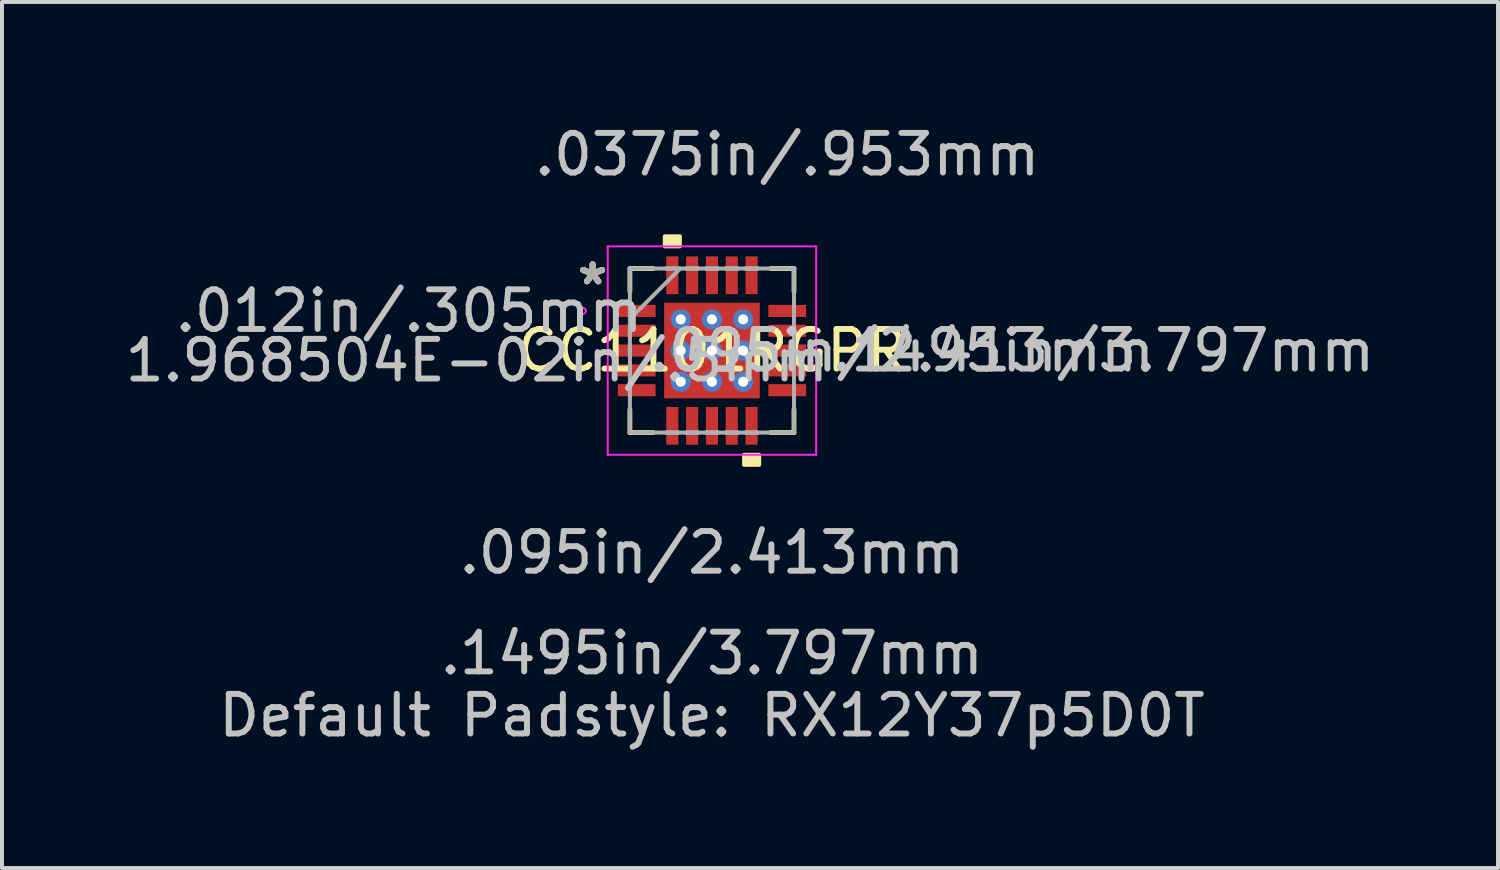
<source format=kicad_pcb>
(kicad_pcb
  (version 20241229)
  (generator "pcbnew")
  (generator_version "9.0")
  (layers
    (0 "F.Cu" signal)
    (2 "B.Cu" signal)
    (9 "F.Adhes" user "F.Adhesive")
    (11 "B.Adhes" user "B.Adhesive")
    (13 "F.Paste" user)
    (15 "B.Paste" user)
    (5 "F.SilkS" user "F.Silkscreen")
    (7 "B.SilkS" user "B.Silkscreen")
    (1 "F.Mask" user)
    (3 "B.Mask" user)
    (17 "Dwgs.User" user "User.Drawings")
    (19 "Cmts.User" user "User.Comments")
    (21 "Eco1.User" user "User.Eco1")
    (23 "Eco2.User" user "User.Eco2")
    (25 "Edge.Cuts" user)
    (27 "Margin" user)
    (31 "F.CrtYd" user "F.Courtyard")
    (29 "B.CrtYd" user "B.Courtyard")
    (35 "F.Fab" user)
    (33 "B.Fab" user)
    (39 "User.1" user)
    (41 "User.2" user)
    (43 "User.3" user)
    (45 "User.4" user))
  (footprint "CC1101RGPR"
    (layer "F.Cu")
    (at 14.913 5.795)
    (property "Reference" "CC1101RGPR" (at 0 0 0) (layer "F.SilkS") (effects (font (size 1 1) (thickness 0.15))))
    (attr through_hole)
    (fp_poly (pts (xy -1.27 -1.27) (xy -0.987 -1.27) (xy -0.987 1.27) (xy -1.27 1.27)) (stroke (width 0.1) (type solid)) (fill yes) (layer "F.Mask"))
    (fp_poly (pts (xy -1.27 -1.27) (xy 1.27 -1.27) (xy 1.27 -0.987) (xy -1.27 -0.987)) (stroke (width 0.1) (type solid)) (fill yes) (layer "F.Mask"))
    (fp_poly (pts (xy -1.27 -0.587) (xy 1.27 -0.587) (xy 1.27 -0.2) (xy -1.27 -0.2)) (stroke (width 0.1) (type solid)) (fill yes) (layer "F.Mask"))
    (fp_poly (pts (xy -1.27 0.2) (xy 1.27 0.2) (xy 1.27 0.587) (xy -1.27 0.587)) (stroke (width 0.1) (type solid)) (fill yes) (layer "F.Mask"))
    (fp_poly (pts (xy -1.27 0.987) (xy 1.27 0.987) (xy 1.27 1.27) (xy -1.27 1.27)) (stroke (width 0.1) (type solid)) (fill yes) (layer "F.Mask"))
    (fp_poly (pts (xy -0.2 -1.27) (xy -0.587 -1.27) (xy -0.587 1.27) (xy -0.2 1.27)) (stroke (width 0.1) (type solid)) (fill yes) (layer "F.Mask"))
    (fp_poly (pts (xy 0.587 -1.27) (xy 0.2 -1.27) (xy 0.2 1.27) (xy 0.587 1.27)) (stroke (width 0.1) (type solid)) (fill yes) (layer "F.Mask"))
    (fp_poly (pts (xy 0.987 -1.27) (xy 1.27 -1.27) (xy 1.27 1.27) (xy 0.987 1.27)) (stroke (width 0.1) (type solid)) (fill yes) (layer "F.Mask"))
    (fp_line (start -2.07 -2.07) (end -2.07 -1.485) (stroke (width 0.12) (type solid)) (layer "F.SilkS"))
    (fp_line (start -2.07 1.485) (end -2.07 2.07) (stroke (width 0.12) (type solid)) (layer "F.SilkS"))
    (fp_line (start -2.07 2.07) (end -1.485 2.07) (stroke (width 0.12) (type solid)) (layer "F.SilkS"))
    (fp_line (start -1.485 -2.07) (end -2.07 -2.07) (stroke (width 0.12) (type solid)) (layer "F.SilkS"))
    (fp_line (start 1.485 2.07) (end 2.07 2.07) (stroke (width 0.12) (type solid)) (layer "F.SilkS"))
    (fp_line (start 2.07 -2.07) (end 1.485 -2.07) (stroke (width 0.12) (type solid)) (layer "F.SilkS"))
    (fp_line (start 2.07 -1.485) (end 2.07 -2.07) (stroke (width 0.12) (type solid)) (layer "F.SilkS"))
    (fp_line (start 2.07 2.07) (end 2.07 1.485) (stroke (width 0.12) (type solid)) (layer "F.SilkS"))
    (fp_poly (pts (xy -1.191 -2.629) (xy -1.191 -2.883) (xy -0.81 -2.883) (xy -0.81 -2.629)) (stroke (width 0.1) (type solid)) (fill yes) (layer "F.SilkS"))
    (fp_poly (pts (xy 0.81 2.629) (xy 0.81 2.883) (xy 1.191 2.883) (xy 1.191 2.629)) (stroke (width 0.1) (type solid)) (fill yes) (layer "F.SilkS"))
    (fp_poly (pts (xy -1.132 -1.132) (xy -1.132 -0.887) (xy -1.029 -0.887) (xy -0.887 -1.029) (xy -0.887 -1.132)) (stroke (width 0.1) (type solid)) (fill yes) (layer "F.Paste"))
    (fp_poly (pts (xy -1.132 0.887) (xy -1.132 1.132) (xy -0.887 1.132) (xy -0.887 1.029) (xy -1.029 0.887)) (stroke (width 0.1) (type solid)) (fill yes) (layer "F.Paste"))
    (fp_poly (pts (xy 0.887 -1.132) (xy 0.887 -1.029) (xy 1.029 -0.887) (xy 1.132 -0.887) (xy 1.132 -1.132)) (stroke (width 0.1) (type solid)) (fill yes) (layer "F.Paste"))
    (fp_poly (pts (xy 1.029 0.887) (xy 0.887 1.029) (xy 0.887 1.132) (xy 1.132 1.132) (xy 1.132 0.887)) (stroke (width 0.1) (type solid)) (fill yes) (layer "F.Paste"))
    (fp_poly (pts (xy -1.132 -0.687) (xy -1.132 -0.1) (xy -1.029 -0.1) (xy -0.887 -0.241) (xy -0.887 -0.546) (xy -1.029 -0.687)) (stroke (width 0.1) (type solid)) (fill yes) (layer "F.Paste"))
    (fp_poly (pts (xy -1.132 0.1) (xy -1.132 0.687) (xy -1.029 0.687) (xy -0.887 0.546) (xy -0.887 0.241) (xy -1.029 0.1)) (stroke (width 0.1) (type solid)) (fill yes) (layer "F.Paste"))
    (fp_poly (pts (xy -0.687 -1.132) (xy -0.687 -1.029) (xy -0.546 -0.887) (xy -0.241 -0.887) (xy -0.1 -1.029) (xy -0.1 -1.132)) (stroke (width 0.1) (type solid)) (fill yes) (layer "F.Paste"))
    (fp_poly (pts (xy -0.546 0.887) (xy -0.687 1.029) (xy -0.687 1.132) (xy -0.1 1.132) (xy -0.1 1.029) (xy -0.241 0.887)) (stroke (width 0.1) (type solid)) (fill yes) (layer "F.Paste"))
    (fp_poly (pts (xy 0.1 -1.132) (xy 0.1 -1.029) (xy 0.241 -0.887) (xy 0.546 -0.887) (xy 0.687 -1.029) (xy 0.687 -1.132)) (stroke (width 0.1) (type solid)) (fill yes) (layer "F.Paste"))
    (fp_poly (pts (xy 0.241 0.887) (xy 0.1 1.029) (xy 0.1 1.132) (xy 0.687 1.132) (xy 0.687 1.029) (xy 0.546 0.887)) (stroke (width 0.1) (type solid)) (fill yes) (layer "F.Paste"))
    (fp_poly (pts (xy 1.029 -0.687) (xy 0.887 -0.546) (xy 0.887 -0.241) (xy 1.029 -0.1) (xy 1.132 -0.1) (xy 1.132 -0.687)) (stroke (width 0.1) (type solid)) (fill yes) (layer "F.Paste"))
    (fp_poly (pts (xy 1.029 0.1) (xy 0.887 0.241) (xy 0.887 0.546) (xy 1.029 0.687) (xy 1.132 0.687) (xy 1.132 0.1)) (stroke (width 0.1) (type solid)) (fill yes) (layer "F.Paste"))
    (fp_poly (pts (xy -0.546 -0.687) (xy -0.687 -0.546) (xy -0.687 -0.241) (xy -0.546 -0.1) (xy -0.241 -0.1) (xy -0.1 -0.241) (xy -0.1 -0.546) (xy -0.241 -0.687)) (stroke (width 0.1) (type solid)) (fill yes) (layer "F.Paste"))
    (fp_poly (pts (xy -0.546 0.1) (xy -0.687 0.241) (xy -0.687 0.546) (xy -0.546 0.687) (xy -0.241 0.687) (xy -0.1 0.546) (xy -0.1 0.241) (xy -0.241 0.1)) (stroke (width 0.1) (type solid)) (fill yes) (layer "F.Paste"))
    (fp_poly (pts (xy 0.241 -0.687) (xy 0.1 -0.546) (xy 0.1 -0.241) (xy 0.241 -0.1) (xy 0.546 -0.1) (xy 0.687 -0.241) (xy 0.687 -0.546) (xy 0.546 -0.687)) (stroke (width 0.1) (type solid)) (fill yes) (layer "F.Paste"))
    (fp_poly (pts (xy 0.241 0.1) (xy 0.1 0.241) (xy 0.1 0.546) (xy 0.241 0.687) (xy 0.546 0.687) (xy 0.687 0.546) (xy 0.687 0.241) (xy 0.546 0.1)) (stroke (width 0.1) (type solid)) (fill yes) (layer "F.Paste"))
    (fp_line (start -2.629 -2.629) (end 2.629 -2.629) (stroke (width 0.05) (type solid)) (layer "F.CrtYd"))
    (fp_line (start -2.629 2.629) (end -2.629 -2.629) (stroke (width 0.05) (type solid)) (layer "F.CrtYd"))
    (fp_line (start 2.629 -2.629) (end 2.629 2.629) (stroke (width 0.05) (type solid)) (layer "F.CrtYd"))
    (fp_line (start 2.629 2.629) (end -2.629 2.629) (stroke (width 0.05) (type solid)) (layer "F.CrtYd"))
    (fp_circle (center -3.258 -1) (end -3.181 -1) (stroke (width 0.05) (type solid)) (fill no) (layer "F.CrtYd"))
    (fp_line (start -2.07 -2.07) (end -2.07 -2.07) (stroke (width 0.1) (type solid)) (layer "F.Fab"))
    (fp_line (start -2.07 -2.07) (end -2.07 2.07) (stroke (width 0.1) (type solid)) (layer "F.Fab"))
    (fp_line (start -2.07 -1.152) (end -2.07 -1.152) (stroke (width 0.1) (type solid)) (layer "F.Fab"))
    (fp_line (start -2.07 -1.152) (end -2.07 -0.848) (stroke (width 0.1) (type solid)) (layer "F.Fab"))
    (fp_line (start -2.07 -0.848) (end -2.07 -1.152) (stroke (width 0.1) (type solid)) (layer "F.Fab"))
    (fp_line (start -2.07 -0.848) (end -2.07 -0.848) (stroke (width 0.1) (type solid)) (layer "F.Fab"))
    (fp_line (start -2.07 -0.8) (end -0.8 -2.07) (stroke (width 0.1) (type solid)) (layer "F.Fab"))
    (fp_line (start -2.07 -0.652) (end -2.07 -0.652) (stroke (width 0.1) (type solid)) (layer "F.Fab"))
    (fp_line (start -2.07 -0.652) (end -2.07 -0.348) (stroke (width 0.1) (type solid)) (layer "F.Fab"))
    (fp_line (start -2.07 -0.348) (end -2.07 -0.652) (stroke (width 0.1) (type solid)) (layer "F.Fab"))
    (fp_line (start -2.07 -0.348) (end -2.07 -0.348) (stroke (width 0.1) (type solid)) (layer "F.Fab"))
    (fp_line (start -2.07 -0.152) (end -2.07 -0.152) (stroke (width 0.1) (type solid)) (layer "F.Fab"))
    (fp_line (start -2.07 -0.152) (end -2.07 0.152) (stroke (width 0.1) (type solid)) (layer "F.Fab"))
    (fp_line (start -2.07 0.152) (end -2.07 -0.152) (stroke (width 0.1) (type solid)) (layer "F.Fab"))
    (fp_line (start -2.07 0.152) (end -2.07 0.152) (stroke (width 0.1) (type solid)) (layer "F.Fab"))
    (fp_line (start -2.07 0.348) (end -2.07 0.348) (stroke (width 0.1) (type solid)) (layer "F.Fab"))
    (fp_line (start -2.07 0.348) (end -2.07 0.652) (stroke (width 0.1) (type solid)) (layer "F.Fab"))
    (fp_line (start -2.07 0.652) (end -2.07 0.348) (stroke (width 0.1) (type solid)) (layer "F.Fab"))
    (fp_line (start -2.07 0.652) (end -2.07 0.652) (stroke (width 0.1) (type solid)) (layer "F.Fab"))
    (fp_line (start -2.07 0.848) (end -2.07 0.848) (stroke (width 0.1) (type solid)) (layer "F.Fab"))
    (fp_line (start -2.07 0.848) (end -2.07 1.152) (stroke (width 0.1) (type solid)) (layer "F.Fab"))
    (fp_line (start -2.07 1.152) (end -2.07 0.848) (stroke (width 0.1) (type solid)) (layer "F.Fab"))
    (fp_line (start -2.07 1.152) (end -2.07 1.152) (stroke (width 0.1) (type solid)) (layer "F.Fab"))
    (fp_line (start -2.07 2.07) (end -2.07 2.07) (stroke (width 0.1) (type solid)) (layer "F.Fab"))
    (fp_line (start -2.07 2.07) (end 2.07 2.07) (stroke (width 0.1) (type solid)) (layer "F.Fab"))
    (fp_line (start -1.152 -2.07) (end -1.152 -2.07) (stroke (width 0.1) (type solid)) (layer "F.Fab"))
    (fp_line (start -1.152 -2.07) (end -0.848 -2.07) (stroke (width 0.1) (type solid)) (layer "F.Fab"))
    (fp_line (start -1.152 2.07) (end -1.152 2.07) (stroke (width 0.1) (type solid)) (layer "F.Fab"))
    (fp_line (start -1.152 2.07) (end -0.848 2.07) (stroke (width 0.1) (type solid)) (layer "F.Fab"))
    (fp_line (start -0.848 -2.07) (end -1.152 -2.07) (stroke (width 0.1) (type solid)) (layer "F.Fab"))
    (fp_line (start -0.848 -2.07) (end -0.848 -2.07) (stroke (width 0.1) (type solid)) (layer "F.Fab"))
    (fp_line (start -0.848 2.07) (end -1.152 2.07) (stroke (width 0.1) (type solid)) (layer "F.Fab"))
    (fp_line (start -0.848 2.07) (end -0.848 2.07) (stroke (width 0.1) (type solid)) (layer "F.Fab"))
    (fp_line (start -0.652 -2.07) (end -0.652 -2.07) (stroke (width 0.1) (type solid)) (layer "F.Fab"))
    (fp_line (start -0.652 -2.07) (end -0.348 -2.07) (stroke (width 0.1) (type solid)) (layer "F.Fab"))
    (fp_line (start -0.652 2.07) (end -0.652 2.07) (stroke (width 0.1) (type solid)) (layer "F.Fab"))
    (fp_line (start -0.652 2.07) (end -0.348 2.07) (stroke (width 0.1) (type solid)) (layer "F.Fab"))
    (fp_line (start -0.348 -2.07) (end -0.652 -2.07) (stroke (width 0.1) (type solid)) (layer "F.Fab"))
    (fp_line (start -0.348 -2.07) (end -0.348 -2.07) (stroke (width 0.1) (type solid)) (layer "F.Fab"))
    (fp_line (start -0.348 2.07) (end -0.652 2.07) (stroke (width 0.1) (type solid)) (layer "F.Fab"))
    (fp_line (start -0.348 2.07) (end -0.348 2.07) (stroke (width 0.1) (type solid)) (layer "F.Fab"))
    (fp_line (start -0.152 -2.07) (end -0.152 -2.07) (stroke (width 0.1) (type solid)) (layer "F.Fab"))
    (fp_line (start -0.152 -2.07) (end 0.152 -2.07) (stroke (width 0.1) (type solid)) (layer "F.Fab"))
    (fp_line (start -0.152 2.07) (end -0.152 2.07) (stroke (width 0.1) (type solid)) (layer "F.Fab"))
    (fp_line (start -0.152 2.07) (end 0.152 2.07) (stroke (width 0.1) (type solid)) (layer "F.Fab"))
    (fp_line (start 0.152 -2.07) (end -0.152 -2.07) (stroke (width 0.1) (type solid)) (layer "F.Fab"))
    (fp_line (start 0.152 -2.07) (end 0.152 -2.07) (stroke (width 0.1) (type solid)) (layer "F.Fab"))
    (fp_line (start 0.152 2.07) (end -0.152 2.07) (stroke (width 0.1) (type solid)) (layer "F.Fab"))
    (fp_line (start 0.152 2.07) (end 0.152 2.07) (stroke (width 0.1) (type solid)) (layer "F.Fab"))
    (fp_line (start 0.348 -2.07) (end 0.348 -2.07) (stroke (width 0.1) (type solid)) (layer "F.Fab"))
    (fp_line (start 0.348 -2.07) (end 0.652 -2.07) (stroke (width 0.1) (type solid)) (layer "F.Fab"))
    (fp_line (start 0.348 2.07) (end 0.348 2.07) (stroke (width 0.1) (type solid)) (layer "F.Fab"))
    (fp_line (start 0.348 2.07) (end 0.652 2.07) (stroke (width 0.1) (type solid)) (layer "F.Fab"))
    (fp_line (start 0.652 -2.07) (end 0.348 -2.07) (stroke (width 0.1) (type solid)) (layer "F.Fab"))
    (fp_line (start 0.652 -2.07) (end 0.652 -2.07) (stroke (width 0.1) (type solid)) (layer "F.Fab"))
    (fp_line (start 0.652 2.07) (end 0.348 2.07) (stroke (width 0.1) (type solid)) (layer "F.Fab"))
    (fp_line (start 0.652 2.07) (end 0.652 2.07) (stroke (width 0.1) (type solid)) (layer "F.Fab"))
    (fp_line (start 0.848 -2.07) (end 0.848 -2.07) (stroke (width 0.1) (type solid)) (layer "F.Fab"))
    (fp_line (start 0.848 -2.07) (end 1.152 -2.07) (stroke (width 0.1) (type solid)) (layer "F.Fab"))
    (fp_line (start 0.848 2.07) (end 0.848 2.07) (stroke (width 0.1) (type solid)) (layer "F.Fab"))
    (fp_line (start 0.848 2.07) (end 1.152 2.07) (stroke (width 0.1) (type solid)) (layer "F.Fab"))
    (fp_line (start 1.152 -2.07) (end 0.848 -2.07) (stroke (width 0.1) (type solid)) (layer "F.Fab"))
    (fp_line (start 1.152 -2.07) (end 1.152 -2.07) (stroke (width 0.1) (type solid)) (layer "F.Fab"))
    (fp_line (start 1.152 2.07) (end 0.848 2.07) (stroke (width 0.1) (type solid)) (layer "F.Fab"))
    (fp_line (start 1.152 2.07) (end 1.152 2.07) (stroke (width 0.1) (type solid)) (layer "F.Fab"))
    (fp_line (start 2.07 -2.07) (end -2.07 -2.07) (stroke (width 0.1) (type solid)) (layer "F.Fab"))
    (fp_line (start 2.07 -2.07) (end 2.07 -2.07) (stroke (width 0.1) (type solid)) (layer "F.Fab"))
    (fp_line (start 2.07 -1.152) (end 2.07 -1.152) (stroke (width 0.1) (type solid)) (layer "F.Fab"))
    (fp_line (start 2.07 -1.152) (end 2.07 -0.848) (stroke (width 0.1) (type solid)) (layer "F.Fab"))
    (fp_line (start 2.07 -0.848) (end 2.07 -1.152) (stroke (width 0.1) (type solid)) (layer "F.Fab"))
    (fp_line (start 2.07 -0.848) (end 2.07 -0.848) (stroke (width 0.1) (type solid)) (layer "F.Fab"))
    (fp_line (start 2.07 -0.652) (end 2.07 -0.652) (stroke (width 0.1) (type solid)) (layer "F.Fab"))
    (fp_line (start 2.07 -0.652) (end 2.07 -0.348) (stroke (width 0.1) (type solid)) (layer "F.Fab"))
    (fp_line (start 2.07 -0.348) (end 2.07 -0.652) (stroke (width 0.1) (type solid)) (layer "F.Fab"))
    (fp_line (start 2.07 -0.348) (end 2.07 -0.348) (stroke (width 0.1) (type solid)) (layer "F.Fab"))
    (fp_line (start 2.07 -0.152) (end 2.07 -0.152) (stroke (width 0.1) (type solid)) (layer "F.Fab"))
    (fp_line (start 2.07 -0.152) (end 2.07 0.152) (stroke (width 0.1) (type solid)) (layer "F.Fab"))
    (fp_line (start 2.07 0.152) (end 2.07 -0.152) (stroke (width 0.1) (type solid)) (layer "F.Fab"))
    (fp_line (start 2.07 0.152) (end 2.07 0.152) (stroke (width 0.1) (type solid)) (layer "F.Fab"))
    (fp_line (start 2.07 0.348) (end 2.07 0.348) (stroke (width 0.1) (type solid)) (layer "F.Fab"))
    (fp_line (start 2.07 0.348) (end 2.07 0.652) (stroke (width 0.1) (type solid)) (layer "F.Fab"))
    (fp_line (start 2.07 0.652) (end 2.07 0.348) (stroke (width 0.1) (type solid)) (layer "F.Fab"))
    (fp_line (start 2.07 0.652) (end 2.07 0.652) (stroke (width 0.1) (type solid)) (layer "F.Fab"))
    (fp_line (start 2.07 0.848) (end 2.07 0.848) (stroke (width 0.1) (type solid)) (layer "F.Fab"))
    (fp_line (start 2.07 0.848) (end 2.07 1.152) (stroke (width 0.1) (type solid)) (layer "F.Fab"))
    (fp_line (start 2.07 1.152) (end 2.07 0.848) (stroke (width 0.1) (type solid)) (layer "F.Fab"))
    (fp_line (start 2.07 1.152) (end 2.07 1.152) (stroke (width 0.1) (type solid)) (layer "F.Fab"))
    (fp_line (start 2.07 2.07) (end 2.07 -2.07) (stroke (width 0.1) (type solid)) (layer "F.Fab"))
    (fp_line (start 2.07 2.07) (end 2.07 2.07) (stroke (width 0.1) (type solid)) (layer "F.Fab"))
    (fp_text user "*" (at -3.01 -1.631 0) (layer "F.SilkS") (effects (font (size 1 1) (thickness 0.15))))
    (fp_text user "*" (at -3.01 -1.631 0) (layer "F.SilkS") (effects (font (size 1 1) (thickness 0.15))))
    (fp_text user ".1495in/3.797mm" (at 0 7.639 0) (layer "Dwgs.User") (effects (font (size 1 1) (thickness 0.15))))
    (fp_text user ".0375in/.953mm" (at 1.899 -4.947 0) (layer "Dwgs.User") (effects (font (size 1 1) (thickness 0.15))))
    (fp_text user "1.968504E-02in/.5mm" (at -5.931 0.25 0) (layer "Dwgs.User") (effects (font (size 1 1) (thickness 0.15))))
    (fp_text user ".1495in/3.797mm" (at 9.874 0 0) (layer "Dwgs.User") (effects (font (size 1 1) (thickness 0.15))))
    (fp_text user ".012in/.305mm" (at -7.639 -1 0) (layer "Dwgs.User") (effects (font (size 1 1) (thickness 0.15))))
    (fp_text user ".095in/2.413mm" (at 0 5.099 0) (layer "Dwgs.User") (effects (font (size 1 1) (thickness 0.15))))
    (fp_text user ".095in/2.413mm" (at 4.794 0 0) (layer "Dwgs.User") (effects (font (size 1 1) (thickness 0.15))))
    (fp_text user "Default Padstyle: RX12Y37p5D0T" (at 0 9.207 0) (layer "Dwgs.User") (effects (font (size 1 1) (thickness 0.15))))
    (fp_text user "Copyright 2021 Accelerated Designs. All rights reserved." (at 0 0 0) (layer "Cmts.User") (effects (font (size 0.127 0.127) (thickness 0.002))))
    (fp_text user "*" (at -3.01 -1.631 0) (layer "F.Fab") (effects (font (size 1 1) (thickness 0.15))))
    (fp_text user "*" (at -3.01 -1.631 0) (layer "F.Fab") (effects (font (size 1 1) (thickness 0.15))))
    (pad "1" smd rect (at -1.899 -1 90) (size 0.305 0.953) (layers "F.Cu" "F.Mask" "F.Paste"))
    (pad "2" smd rect (at -1.899 -0.5 90) (size 0.305 0.953) (layers "F.Cu" "F.Mask" "F.Paste"))
    (pad "3" smd rect (at -1.899 0 90) (size 0.305 0.953) (layers "F.Cu" "F.Mask" "F.Paste"))
    (pad "4" smd rect (at -1.899 0.5 90) (size 0.305 0.953) (layers "F.Cu" "F.Mask" "F.Paste"))
    (pad "5" smd rect (at -1.899 1 90) (size 0.305 0.953) (layers "F.Cu" "F.Mask" "F.Paste"))
    (pad "6" smd rect (at -1 1.899) (size 0.305 0.953) (layers "F.Cu" "F.Mask" "F.Paste"))
    (pad "7" smd rect (at -0.5 1.899) (size 0.305 0.953) (layers "F.Cu" "F.Mask" "F.Paste"))
    (pad "8" smd rect (at 0 1.899) (size 0.305 0.953) (layers "F.Cu" "F.Mask" "F.Paste"))
    (pad "9" smd rect (at 0.5 1.899) (size 0.305 0.953) (layers "F.Cu" "F.Mask" "F.Paste"))
    (pad "10" smd rect (at 1 1.899) (size 0.305 0.953) (layers "F.Cu" "F.Mask" "F.Paste"))
    (pad "11" smd rect (at 1.899 1 90) (size 0.305 0.953) (layers "F.Cu" "F.Mask" "F.Paste"))
    (pad "12" smd rect (at 1.899 0.5 90) (size 0.305 0.953) (layers "F.Cu" "F.Mask" "F.Paste"))
    (pad "13" smd rect (at 1.899 0 90) (size 0.305 0.953) (layers "F.Cu" "F.Mask" "F.Paste"))
    (pad "14" smd rect (at 1.899 -0.5 90) (size 0.305 0.953) (layers "F.Cu" "F.Mask" "F.Paste"))
    (pad "15" smd rect (at 1.899 -1 90) (size 0.305 0.953) (layers "F.Cu" "F.Mask" "F.Paste"))
    (pad "16" smd rect (at 1 -1.899) (size 0.305 0.953) (layers "F.Cu" "F.Mask" "F.Paste"))
    (pad "17" smd rect (at 0.5 -1.899) (size 0.305 0.953) (layers "F.Cu" "F.Mask" "F.Paste"))
    (pad "18" smd rect (at 0 -1.899) (size 0.305 0.953) (layers "F.Cu" "F.Mask" "F.Paste"))
    (pad "19" smd rect (at -0.5 -1.899) (size 0.305 0.953) (layers "F.Cu" "F.Mask" "F.Paste"))
    (pad "20" smd rect (at -1 -1.899) (size 0.305 0.953) (layers "F.Cu" "F.Mask" "F.Paste"))
    (pad "21" smd rect (at 0 0) (size 2.413 2.413) (layers "F.Cu" "F.Mask" "F.Paste"))
    (pad "V" thru_hole circle (at -0.787 -0.787) (size 0.508 0.508) (drill 0.254) (layers "*.Cu" "*.Mask"))
    (pad "V" thru_hole circle (at -0.787 0) (size 0.508 0.508) (drill 0.254) (layers "*.Cu" "*.Mask"))
    (pad "V" thru_hole circle (at -0.787 0.787) (size 0.508 0.508) (drill 0.254) (layers "*.Cu" "*.Mask"))
    (pad "V" thru_hole circle (at 0 -0.787) (size 0.508 0.508) (drill 0.254) (layers "*.Cu" "*.Mask"))
    (pad "V" thru_hole circle (at 0 0) (size 0.508 0.508) (drill 0.254) (layers "*.Cu" "*.Mask"))
    (pad "V" thru_hole circle (at 0 0.787) (size 0.508 0.508) (drill 0.254) (layers "*.Cu" "*.Mask"))
    (pad "V" thru_hole circle (at 0.787 -0.787) (size 0.508 0.508) (drill 0.254) (layers "*.Cu" "*.Mask"))
    (pad "V" thru_hole circle (at 0.787 0) (size 0.508 0.508) (drill 0.254) (layers "*.Cu" "*.Mask"))
    (pad "V" thru_hole circle (at 0.787 0.787) (size 0.508 0.508) (drill 0.254) (layers "*.Cu" "*.Mask")))
  (gr_rect
    (start -3 -3)
    (end 34.746 18.851)
    (stroke (width 0.1) (type default))
    (fill no)
    (layer "Edge.Cuts")))
</source>
